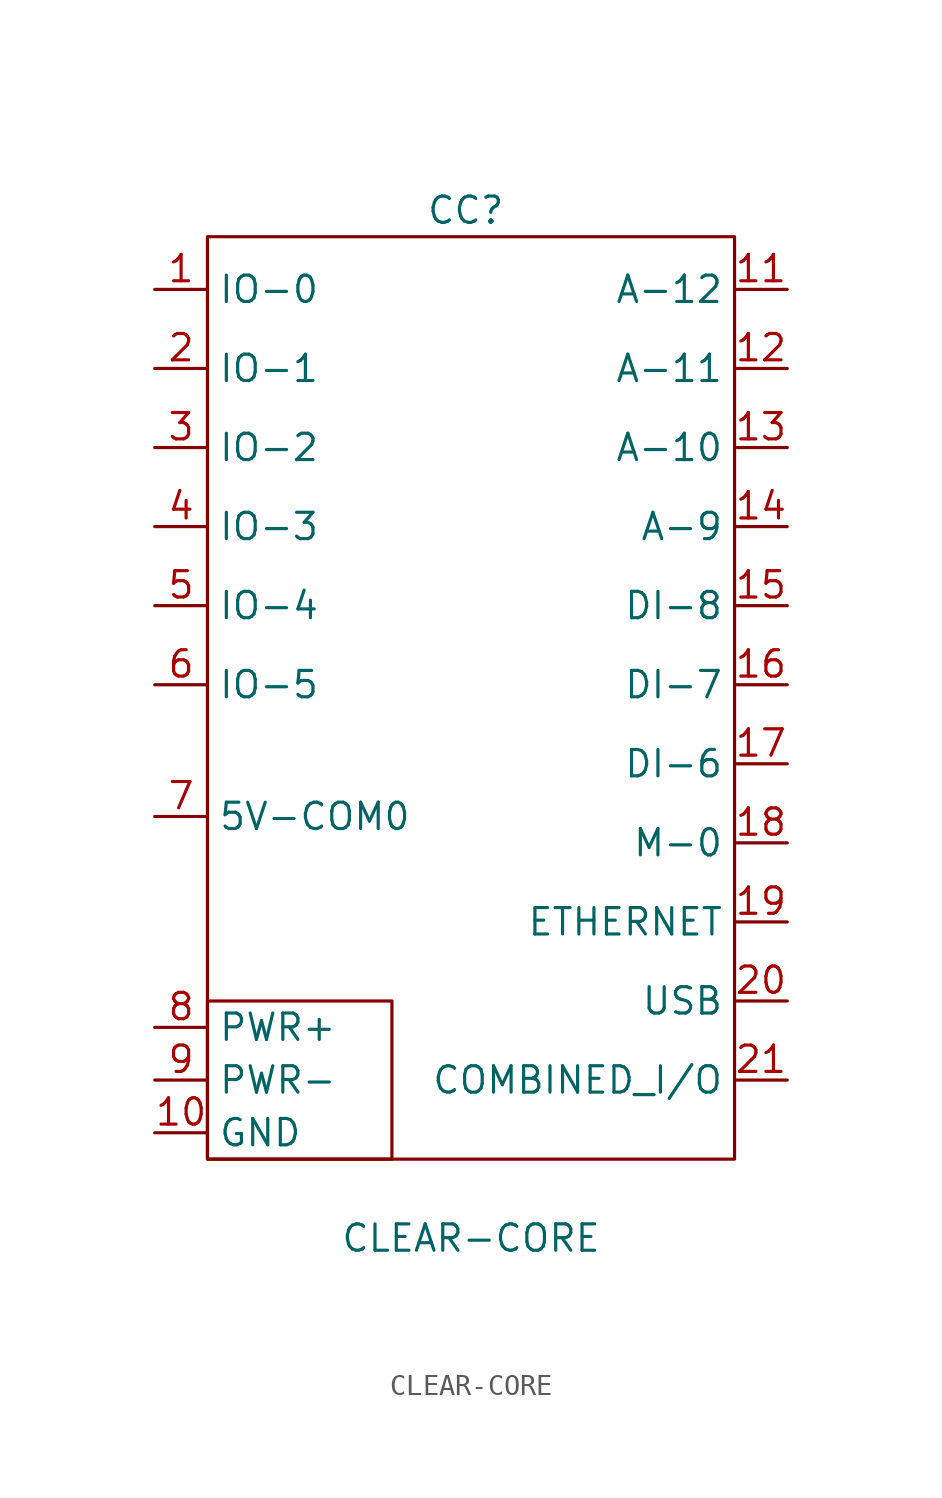
<source format=kicad_sym>
(kicad_symbol_lib
  (version 20241209)
  (generator "kicad_symbol_editor")
  (generator_version "9.0")
  (symbol "CLEAR-CORE"
    (property "Reference" "CC"
      (at -0.254 21.59 0)
      (effects (font (size 1.27 1.27))))
    (property "Value" "CLEAR-CORE"
      (at 0 -27.94 0)
      (effects (font (size 1.27 1.27))))
    (symbol "CLEAR-CORE_0_1"
      (rectangle (start -12.7 20.32) (end 12.7 -24.13) (stroke (width 0) (type default)) (fill (type none)))
      (rectangle (start -12.7 -16.51) (end -3.81 -24.13) (stroke (width 0) (type default)) (fill (type none))))
    (symbol "CLEAR-CORE_1_1"
      (pin input line (at -15.24 17.78 0) (length 2.54) (name "IO-0" (effects (font (size 1.27 1.27)))) (number "1" (effects (font (size 1.27 1.27)))))
      (pin input line (at -15.24 13.97 0) (length 2.54) (name "IO-1" (effects (font (size 1.27 1.27)))) (number "2" (effects (font (size 1.27 1.27)))))
      (pin input line (at -15.24 10.16 0) (length 2.54) (name "IO-2" (effects (font (size 1.27 1.27)))) (number "3" (effects (font (size 1.27 1.27)))))
      (pin input line (at -15.24 6.35 0) (length 2.54) (name "IO-3" (effects (font (size 1.27 1.27)))) (number "4" (effects (font (size 1.27 1.27)))))
      (pin input line (at -15.24 2.54 0) (length 2.54) (name "IO-4" (effects (font (size 1.27 1.27)))) (number "5" (effects (font (size 1.27 1.27)))))
      (pin input line (at -15.24 -1.27 0) (length 2.54) (name "IO-5" (effects (font (size 1.27 1.27)))) (number "6" (effects (font (size 1.27 1.27)))))
      (pin input line (at -15.24 -7.62 0) (length 2.54) (name "5V-COM0" (effects (font (size 1.27 1.27)))) (number "7" (effects (font (size 1.27 1.27)))))
      (pin power_in line (at -15.24 -17.78 0) (length 2.54) (name "PWR+" (effects (font (size 1.27 1.27)))) (number "8" (effects (font (size 1.27 1.27)))))
      (pin power_in line (at -15.24 -20.32 0) (length 2.54) (name "PWR-" (effects (font (size 1.27 1.27)))) (number "9" (effects (font (size 1.27 1.27)))))
      (pin power_in line (at -15.24 -22.86 0) (length 2.54) (name "GND" (effects (font (size 1.27 1.27)))) (number "10" (effects (font (size 1.27 1.27)))))
      (pin input line (at 15.24 17.78 180) (length 2.54) (name "A-12" (effects (font (size 1.27 1.27)))) (number "11" (effects (font (size 1.27 1.27)))))
      (pin input line (at 15.24 13.97 180) (length 2.54) (name "A-11" (effects (font (size 1.27 1.27)))) (number "12" (effects (font (size 1.27 1.27)))))
      (pin input line (at 15.24 10.16 180) (length 2.54) (name "A-10" (effects (font (size 1.27 1.27)))) (number "13" (effects (font (size 1.27 1.27)))))
      (pin input line (at 15.24 6.35 180) (length 2.54) (name "A-9" (effects (font (size 1.27 1.27)))) (number "14" (effects (font (size 1.27 1.27)))))
      (pin input line (at 15.24 2.54 180) (length 2.54) (name "DI-8" (effects (font (size 1.27 1.27)))) (number "15" (effects (font (size 1.27 1.27)))))
      (pin input line (at 15.24 -1.27 180) (length 2.54) (name "DI-7" (effects (font (size 1.27 1.27)))) (number "16" (effects (font (size 1.27 1.27)))))
      (pin input line (at 15.24 -5.08 180) (length 2.54) (name "DI-6" (effects (font (size 1.27 1.27)))) (number "17" (effects (font (size 1.27 1.27)))))
      (pin input line (at 15.24 -8.89 180) (length 2.54) (name "M-0" (effects (font (size 1.27 1.27)))) (number "18" (effects (font (size 1.27 1.27)))))
      (pin input line (at 15.24 -12.7 180) (length 2.54) (name "ETHERNET" (effects (font (size 1.27 1.27)))) (number "19" (effects (font (size 1.27 1.27)))))
      (pin input line (at 15.24 -16.51 180) (length 2.54) (name "USB" (effects (font (size 1.27 1.27)))) (number "20" (effects (font (size 1.27 1.27)))))
      (pin input line (at 15.24 -20.32 180) (length 2.54) (name "COMBINED_I/O" (effects (font (size 1.27 1.27)))) (number "21" (effects (font (size 1.27 1.27))))))))
</source>
